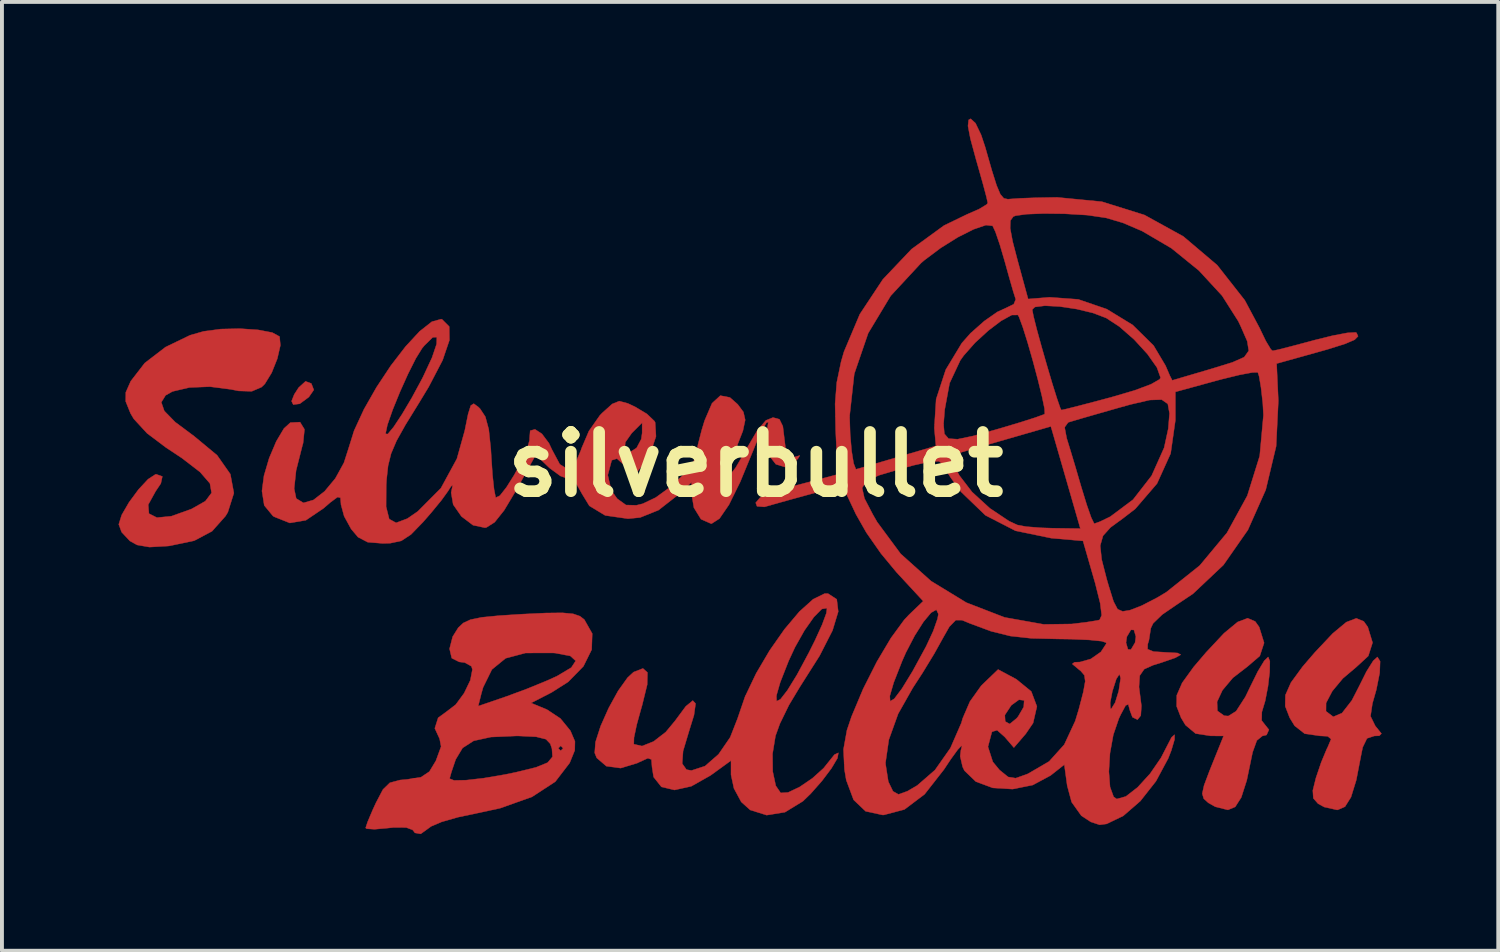
<source format=kicad_pcb>
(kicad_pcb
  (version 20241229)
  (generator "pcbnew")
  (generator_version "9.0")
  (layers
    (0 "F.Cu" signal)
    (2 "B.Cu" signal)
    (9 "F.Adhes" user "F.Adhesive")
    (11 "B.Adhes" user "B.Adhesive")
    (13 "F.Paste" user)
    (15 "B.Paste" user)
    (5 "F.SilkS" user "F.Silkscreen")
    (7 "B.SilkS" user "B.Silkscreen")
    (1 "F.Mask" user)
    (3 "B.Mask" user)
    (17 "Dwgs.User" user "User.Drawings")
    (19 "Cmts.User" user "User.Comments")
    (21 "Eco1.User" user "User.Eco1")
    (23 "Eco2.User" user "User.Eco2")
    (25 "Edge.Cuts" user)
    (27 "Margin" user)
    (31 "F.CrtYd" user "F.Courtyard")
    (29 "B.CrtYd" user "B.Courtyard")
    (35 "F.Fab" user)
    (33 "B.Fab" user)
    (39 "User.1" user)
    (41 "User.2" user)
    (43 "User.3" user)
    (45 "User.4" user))
  (footprint "silverbullet"
    (layer "F.Cu")
    (at 16.388 8.895)
    (property "Reference" "silverbullet" (at 0 0 0) (layer "F.SilkS") (effects (font (size 1.524 1.524) (thickness 0.3))))
    (attr through_hole)
    (fp_poly (pts (xy -11.43 -2.081) (xy -11.366 -1.916) (xy -11.494 -1.732) (xy -11.728 -1.559) (xy -11.895 -1.538) (xy -11.938 -1.627) (xy -11.87 -1.799) (xy -11.756 -1.976) (xy -11.579 -2.137) (xy -11.43 -2.081)) (stroke (width 0.01) (type solid)) (fill yes) (layer "F.Cu"))
    (fp_poly (pts (xy 12.848 4.04) (xy 12.95 4.183) (xy 13.077 4.591) (xy 12.966 4.928) (xy 12.65 5.199) (xy 12.272 5.491) (xy 12.005 5.809) (xy 11.867 6.107) (xy 11.876 6.34) (xy 12.048 6.464) (xy 12.156 6.473) (xy 12.357 6.348) (xy 12.596 5.978) (xy 12.725 5.711) (xy 12.916 5.324) (xy 13.081 5.051) (xy 13.182 4.953) (xy 13.225 5.063) (xy 13.22 5.342) (xy 13.177 5.708) (xy 13.105 6.082) (xy 13.019 6.369) (xy 13.014 6.587) (xy 13.072 6.662) (xy 13.201 6.825) (xy 13.14 6.96) (xy 13.032 6.985) (xy 12.89 7.101) (xy 12.781 7.404) (xy 12.769 7.461) (xy 12.631 8.126) (xy 12.49 8.565) (xy 12.334 8.809) (xy 12.15 8.886) (xy 12.14 8.886) (xy 11.821 8.806) (xy 11.643 8.706) (xy 11.524 8.598) (xy 11.486 8.468) (xy 11.534 8.252) (xy 11.673 7.883) (xy 11.723 7.758) (xy 12.035 6.985) (xy 11.701 6.983) (xy 11.314 6.923) (xy 11.055 6.706) (xy 10.941 6.517) (xy 10.827 6.223) (xy 10.83 5.939) (xy 10.97 5.618) (xy 11.265 5.21) (xy 11.585 4.835) (xy 12.046 4.343) (xy 12.395 4.054) (xy 12.654 3.956) (xy 12.848 4.04)) (stroke (width 0.01) (type solid)) (fill yes) (layer "F.Cu"))
    (fp_poly (pts (xy 15.64 4.037) (xy 15.744 4.183) (xy 15.867 4.585) (xy 15.757 4.928) (xy 15.443 5.217) (xy 15.102 5.505) (xy 14.83 5.833) (xy 14.671 6.137) (xy 14.669 6.35) (xy 14.669 6.35) (xy 14.856 6.492) (xy 15.082 6.395) (xy 15.334 6.071) (xy 15.519 5.711) (xy 15.712 5.324) (xy 15.884 5.051) (xy 15.992 4.953) (xy 16.061 5.064) (xy 16.05 5.363) (xy 15.962 5.801) (xy 15.863 6.149) (xy 15.814 6.477) (xy 15.936 6.727) (xy 15.957 6.752) (xy 16.095 6.924) (xy 16.041 6.98) (xy 15.911 6.985) (xy 15.723 7.048) (xy 15.613 7.276) (xy 15.575 7.461) (xy 15.447 8.122) (xy 15.312 8.559) (xy 15.158 8.804) (xy 14.971 8.886) (xy 14.948 8.886) (xy 14.623 8.813) (xy 14.464 8.726) (xy 14.343 8.588) (xy 14.33 8.387) (xy 14.41 8.064) (xy 14.546 7.663) (xy 14.689 7.32) (xy 14.714 7.271) (xy 14.8 7.066) (xy 14.712 6.993) (xy 14.514 6.983) (xy 14.121 6.927) (xy 13.862 6.724) (xy 13.735 6.517) (xy 13.62 6.22) (xy 13.625 5.934) (xy 13.768 5.611) (xy 14.068 5.201) (xy 14.383 4.835) (xy 14.844 4.346) (xy 15.191 4.058) (xy 15.448 3.959) (xy 15.64 4.037)) (stroke (width 0.01) (type solid)) (fill yes) (layer "F.Cu"))
    (fp_poly (pts (xy -12.8 -3.46) (xy -12.436 -3.391) (xy -12.248 -3.289) (xy -12.247 -3.288) (xy -12.226 -3.063) (xy -12.305 -2.72) (xy -12.45 -2.357) (xy -12.626 -2.07) (xy -12.71 -1.988) (xy -12.962 -1.88) (xy -13.299 -1.89) (xy -13.501 -1.93) (xy -14.037 -1.999) (xy -14.567 -1.978) (xy -15.001 -1.876) (xy -15.179 -1.776) (xy -15.289 -1.597) (xy -15.212 -1.375) (xy -14.933 -1.089) (xy -14.446 -0.726) (xy -13.854 -0.235) (xy -13.513 0.251) (xy -13.422 0.738) (xy -13.578 1.231) (xy -13.638 1.33) (xy -13.984 1.719) (xy -14.444 1.963) (xy -15.08 2.096) (xy -15.116 2.1) (xy -15.593 2.127) (xy -15.912 2.072) (xy -16.097 1.97) (xy -16.31 1.742) (xy -16.383 1.542) (xy -16.308 1.301) (xy -16.12 0.977) (xy -15.875 0.645) (xy -15.629 0.38) (xy -15.438 0.256) (xy -15.42 0.254) (xy -15.262 0.31) (xy -15.301 0.491) (xy -15.435 0.691) (xy -15.626 1.037) (xy -15.607 1.266) (xy -15.402 1.369) (xy -15.031 1.333) (xy -14.516 1.149) (xy -14.51 1.146) (xy -14.156 0.945) (xy -13.996 0.733) (xy -14.038 0.49) (xy -14.291 0.198) (xy -14.763 -0.165) (xy -15.168 -0.433) (xy -15.655 -0.8) (xy -15.997 -1.171) (xy -16.081 -1.313) (xy -16.205 -1.621) (xy -16.202 -1.854) (xy -16.075 -2.141) (xy -15.715 -2.607) (xy -15.18 -3.018) (xy -14.548 -3.323) (xy -14.201 -3.422) (xy -13.758 -3.481) (xy -13.266 -3.492) (xy -12.8 -3.46)) (stroke (width 0.01) (type solid)) (fill yes) (layer "F.Cu"))
    (fp_poly (pts (xy 2.085 3.47) (xy 2.123 3.786) (xy 1.976 4.271) (xy 1.644 4.922) (xy 1.136 5.723) (xy 0.856 6.189) (xy 0.622 6.669) (xy 0.509 6.982) (xy 0.433 7.444) (xy 0.438 7.899) (xy 0.516 8.265) (xy 0.642 8.45) (xy 0.833 8.438) (xy 1.13 8.297) (xy 1.46 8.072) (xy 1.747 7.813) (xy 1.865 7.665) (xy 2.026 7.465) (xy 2.127 7.418) (xy 2.103 7.557) (xy 1.948 7.818) (xy 1.704 8.142) (xy 1.417 8.467) (xy 1.215 8.663) (xy 0.753 8.946) (xy 0.282 9.022) (xy -0.142 8.889) (xy -0.372 8.682) (xy -0.56 8.333) (xy -0.635 7.983) (xy -0.635 7.618) (xy -1.162 8) (xy -1.656 8.279) (xy -2.089 8.375) (xy -2.425 8.295) (xy -2.626 8.042) (xy -2.667 7.782) (xy -2.682 7.59) (xy -2.773 7.557) (xy -3.011 7.665) (xy -3.047 7.683) (xy -3.473 7.812) (xy -3.842 7.762) (xy -4.09 7.549) (xy -4.141 7.421) (xy -4.121 7.142) (xy -3.989 6.732) (xy -3.783 6.269) (xy -3.54 5.827) (xy -3.296 5.485) (xy -3.141 5.342) (xy -2.9 5.248) (xy -2.784 5.353) (xy -2.791 5.664) (xy -2.92 6.19) (xy -2.941 6.262) (xy -3.061 6.696) (xy -3.131 7.029) (xy -3.135 7.193) (xy -3.132 7.197) (xy -2.924 7.245) (xy -2.629 7.128) (xy -2.314 6.885) (xy -2.079 6.602) (xy -1.798 6.223) (xy -1.618 6.075) (xy -1.546 6.153) (xy -1.588 6.452) (xy -1.714 6.858) (xy -1.868 7.373) (xy -1.891 7.696) (xy -1.781 7.851) (xy -1.653 7.874) (xy -1.304 7.76) (xy -0.955 7.455) (xy -0.656 7.02) (xy -0.468 6.54) (xy -0.275 5.976) (xy -0.262 5.949) (xy 0.532 5.949) (xy 0.538 6.091) (xy 0.636 6.042) (xy 0.815 5.812) (xy 1.062 5.411) (xy 1.365 4.847) (xy 1.53 4.516) (xy 1.708 4.124) (xy 1.817 3.829) (xy 1.834 3.697) (xy 1.701 3.719) (xy 1.497 3.925) (xy 1.255 4.269) (xy 1.01 4.704) (xy 0.846 5.057) (xy 0.63 5.608) (xy 0.532 5.949) (xy -0.262 5.949) (xy 0.011 5.376) (xy 0.36 4.784) (xy 0.741 4.24) (xy 1.123 3.787) (xy 1.477 3.468) (xy 1.771 3.324) (xy 1.86 3.323) (xy 2.085 3.47)) (stroke (width 0.01) (type solid)) (fill yes) (layer "F.Cu"))
    (fp_poly (pts (xy -4.695 3.844) (xy -4.521 3.904) (xy -4.408 3.992) (xy -4.205 4.351) (xy -4.219 4.765) (xy -4.431 5.193) (xy -4.823 5.594) (xy -5.251 5.866) (xy -5.779 6.137) (xy -5.37 6.306) (xy -5.023 6.536) (xy -4.766 6.851) (xy -4.649 7.125) (xy -4.654 7.355) (xy -4.782 7.671) (xy -4.787 7.681) (xy -5.155 8.161) (xy -5.753 8.551) (xy -6.573 8.843) (xy -7.147 8.967) (xy -7.654 9.074) (xy -8.081 9.196) (xy -8.35 9.311) (xy -8.383 9.336) (xy -8.616 9.504) (xy -8.765 9.478) (xy -8.825 9.401) (xy -8.989 9.34) (xy -9.316 9.339) (xy -9.467 9.355) (xy -9.804 9.385) (xy -10.007 9.371) (xy -10.033 9.35) (xy -9.983 9.197) (xy -9.856 8.897) (xy -9.768 8.705) (xy -9.588 8.362) (xy -9.41 8.189) (xy -9.149 8.119) (xy -8.974 8.103) (xy -8.847 8.083) (xy -7.874 8.083) (xy -7.759 8.128) (xy -7.448 8.122) (xy -6.994 8.07) (xy -6.448 7.977) (xy -6.163 7.918) (xy -5.65 7.792) (xy -5.351 7.67) (xy -5.227 7.521) (xy -5.241 7.313) (xy -5.244 7.303) (xy -5.08 7.303) (xy -5.016 7.366) (xy -4.953 7.303) (xy -5.016 7.239) (xy -5.08 7.303) (xy -5.244 7.303) (xy -5.284 7.186) (xy -5.395 7.069) (xy -5.648 7.006) (xy -6.095 6.985) (xy -6.165 6.985) (xy -6.811 7.013) (xy -7.254 7.11) (xy -7.54 7.294) (xy -7.715 7.585) (xy -7.731 7.63) (xy -7.828 7.917) (xy -7.873 8.077) (xy -7.874 8.083) (xy -8.847 8.083) (xy -8.612 8.047) (xy -8.394 7.902) (xy -8.226 7.624) (xy -8.092 7.257) (xy -8.13 7.059) (xy -8.254 6.789) (xy -8.168 6.517) (xy -7.941 6.351) (xy -7.767 6.218) (xy -7.138 6.218) (xy -6.395 5.963) (xy -5.88 5.772) (xy -5.365 5.561) (xy -5.106 5.443) (xy -4.743 5.226) (xy -4.63 5.053) (xy -4.767 4.928) (xy -5.152 4.854) (xy -5.214 4.849) (xy -5.92 4.851) (xy -6.432 4.987) (xy -6.785 5.275) (xy -7.012 5.736) (xy -7.056 5.89) (xy -7.138 6.218) (xy -7.767 6.218) (xy -7.716 6.179) (xy -7.499 5.883) (xy -7.34 5.552) (xy -7.287 5.276) (xy -7.311 5.194) (xy -7.482 5.098) (xy -7.627 5.08) (xy -7.818 4.984) (xy -7.875 4.743) (xy -7.795 4.431) (xy -7.652 4.202) (xy -7.523 4.08) (xy -7.339 3.994) (xy -7.049 3.934) (xy -6.602 3.89) (xy -6.028 3.853) (xy -5.398 3.823) (xy -4.971 3.818) (xy -4.695 3.844)) (stroke (width 0.01) (type solid)) (fill yes) (layer "F.Cu"))
    (fp_poly (pts (xy -8.067 -3.73) (xy -7.883 -3.545) (xy -7.878 -3.196) (xy -8.053 -2.681) (xy -8.41 -1.996) (xy -8.664 -1.576) (xy -9.009 -1.017) (xy -9.239 -0.606) (xy -9.379 -0.277) (xy -9.456 0.034) (xy -9.495 0.391) (xy -9.504 0.538) (xy -9.507 1.088) (xy -9.427 1.406) (xy -9.25 1.503) (xy -8.96 1.394) (xy -8.693 1.21) (xy -8.097 0.611) (xy -7.686 -0.145) (xy -7.484 -0.867) (xy -7.397 -1.296) (xy -7.329 -1.514) (xy -7.252 -1.562) (xy -7.138 -1.479) (xy -7.09 -1.432) (xy -6.954 -1.226) (xy -6.866 -0.899) (xy -6.813 -0.394) (xy -6.802 -0.205) (xy -6.77 0.271) (xy -6.73 0.641) (xy -6.691 0.839) (xy -6.683 0.853) (xy -6.58 0.804) (xy -6.411 0.589) (xy -6.213 0.274) (xy -6.023 -0.077) (xy -5.878 -0.399) (xy -5.817 -0.625) (xy -5.818 -0.655) (xy -5.801 -0.867) (xy -5.677 -0.902) (xy -5.499 -0.786) (xy -5.317 -0.543) (xy -5.241 -0.381) (xy -5.039 -0.003) (xy -4.837 0.123) (xy -4.649 -0.003) (xy -4.489 -0.38) (xy -4.487 -0.388) (xy -3.37 -0.388) (xy -3.227 -0.318) (xy -3.063 -0.425) (xy -2.944 -0.649) (xy -2.921 -0.806) (xy -2.921 -1.072) (xy -3.19 -0.803) (xy -3.354 -0.569) (xy -3.37 -0.388) (xy -4.487 -0.388) (xy -4.48 -0.413) (xy -4.291 -0.856) (xy -4.008 -1.261) (xy -3.946 -1.325) (xy -3.691 -1.554) (xy -3.509 -1.628) (xy -3.288 -1.568) (xy -3.108 -1.484) (xy -2.799 -1.299) (xy -2.604 -1.113) (xy -2.586 -1.079) (xy -2.565 -0.72) (xy -2.708 -0.292) (xy -2.901 0.007) (xy -3.138 0.3) (xy -3.373 0.026) (xy -3.569 -0.149) (xy -3.695 -0.11) (xy -3.707 -0.093) (xy -3.805 0.275) (xy -3.713 0.67) (xy -3.563 0.882) (xy -3.336 1.045) (xy -3.07 1.052) (xy -2.903 1.011) (xy -2.571 0.852) (xy -2.201 0.584) (xy -1.861 0.267) (xy -1.613 -0.039) (xy -1.524 -0.265) (xy -1.486 -0.503) (xy -1.39 -0.879) (xy -1.314 -1.128) (xy -1.123 -1.573) (xy -0.91 -1.769) (xy -0.664 -1.722) (xy -0.464 -1.546) (xy -0.316 -1.347) (xy -0.27 -1.143) (xy -0.33 -0.861) (xy -0.499 -0.43) (xy -0.525 -0.369) (xy -0.692 0.063) (xy -0.737 0.281) (xy -0.673 0.286) (xy -0.514 0.081) (xy -0.271 -0.334) (xy -0.234 -0.403) (xy 0.041 -0.874) (xy 0.262 -1.132) (xy 0.445 -1.206) (xy 0.61 -1.161) (xy 0.698 -0.982) (xy 0.738 -0.656) (xy 0.779 -0.315) (xy 0.856 -0.177) (xy 0.992 -0.187) (xy 1.135 -0.229) (xy 1.087 -0.149) (xy 1.007 -0.066) (xy 0.753 0.068) (xy 0.518 -0.004) (xy 0.34 -0.235) (xy 0.26 -0.577) (xy 0.296 -0.909) (xy 0.325 -1.089) (xy 0.273 -1.069) (xy 0.163 -0.882) (xy 0.016 -0.559) (xy -0.056 -0.381) (xy -0.398 0.449) (xy -0.688 1.038) (xy -0.932 1.394) (xy -1.133 1.523) (xy -1.148 1.524) (xy -1.407 1.41) (xy -1.59 1.113) (xy -1.651 0.747) (xy -1.651 0.46) (xy -2 0.786) (xy -2.501 1.177) (xy -2.972 1.366) (xy -3.285 1.397) (xy -3.871 1.313) (xy -4.279 1.066) (xy -4.464 0.763) (xy -4.614 0.497) (xy -4.793 0.381) (xy -4.8 0.381) (xy -5.023 0.298) (xy -5.299 0.096) (xy -5.33 0.067) (xy -5.657 -0.246) (xy -6.165 0.671) (xy -6.471 1.182) (xy -6.715 1.488) (xy -6.923 1.62) (xy -6.964 1.629) (xy -7.271 1.564) (xy -7.569 1.338) (xy -7.781 1.033) (xy -7.834 0.727) (xy -7.831 0.713) (xy -7.793 0.527) (xy -7.842 0.572) (xy -7.916 0.69) (xy -8.082 0.92) (xy -8.352 1.249) (xy -8.557 1.484) (xy -8.867 1.803) (xy -9.117 1.967) (xy -9.401 2.027) (xy -9.596 2.032) (xy -9.98 2.001) (xy -10.228 1.872) (xy -10.405 1.663) (xy -10.586 1.333) (xy -10.668 1.031) (xy -10.668 1.015) (xy -10.681 0.858) (xy -10.754 0.84) (xy -10.934 0.972) (xy -11.117 1.13) (xy -11.571 1.437) (xy -11.984 1.507) (xy -12.39 1.345) (xy -12.418 1.326) (xy -12.641 1.055) (xy -12.7 0.683) (xy -12.648 0.291) (xy -12.515 -0.16) (xy -12.332 -0.592) (xy -12.134 -0.925) (xy -11.969 -1.075) (xy -11.72 -1.087) (xy -11.606 -0.902) (xy -11.642 -0.547) (xy -11.659 -0.488) (xy -11.822 0.155) (xy -11.872 0.624) (xy -11.819 0.877) (xy -11.633 0.99) (xy -11.375 0.915) (xy -11.088 0.692) (xy -10.813 0.361) (xy -10.592 -0.04) (xy -10.482 -0.382) (xy -10.355 -0.787) (xy -9.522 -0.787) (xy -9.522 -0.786) (xy -9.464 -0.781) (xy -9.314 -0.961) (xy -9.099 -1.286) (xy -8.844 -1.716) (xy -8.576 -2.212) (xy -8.555 -2.254) (xy -8.325 -2.748) (xy -8.208 -3.095) (xy -8.202 -3.274) (xy -8.308 -3.268) (xy -8.524 -3.056) (xy -8.58 -2.988) (xy -8.74 -2.73) (xy -8.941 -2.331) (xy -9.151 -1.864) (xy -9.339 -1.402) (xy -9.473 -1.018) (xy -9.522 -0.787) (xy -10.355 -0.787) (xy -10.33 -0.868) (xy -10.076 -1.418) (xy -9.751 -1.988) (xy -9.385 -2.54) (xy -9.006 -3.032) (xy -8.644 -3.423) (xy -8.329 -3.671) (xy -8.09 -3.737) (xy -8.067 -3.73)) (stroke (width 0.01) (type solid)) (fill yes) (layer "F.Cu"))
    (fp_poly (pts (xy 5.654 -8.776) (xy 5.798 -8.476) (xy 5.903 -8.16) (xy 6.073 -7.566) (xy 6.196 -7.176) (xy 6.292 -6.949) (xy 6.382 -6.844) (xy 6.485 -6.821) (xy 6.554 -6.827) (xy 6.795 -6.844) (xy 7.205 -6.859) (xy 7.701 -6.868) (xy 7.753 -6.869) (xy 8.906 -6.757) (xy 10 -6.415) (xy 10.999 -5.864) (xy 11.87 -5.126) (xy 12.58 -4.222) (xy 12.958 -3.513) (xy 13.12 -3.176) (xy 13.249 -2.962) (xy 13.294 -2.921) (xy 13.443 -2.952) (xy 13.773 -3.036) (xy 14.222 -3.155) (xy 14.368 -3.195) (xy 14.841 -3.312) (xy 15.216 -3.383) (xy 15.429 -3.395) (xy 15.453 -3.386) (xy 15.494 -3.296) (xy 15.406 -3.206) (xy 15.155 -3.099) (xy 14.708 -2.959) (xy 14.389 -2.869) (xy 13.399 -2.593) (xy 13.443 -1.634) (xy 13.386 -0.465) (xy 13.119 0.654) (xy 12.661 1.684) (xy 12.031 2.588) (xy 11.248 3.327) (xy 10.812 3.619) (xy 10.456 3.863) (xy 10.222 4.089) (xy 10.163 4.212) (xy 10.114 4.526) (xy 10.083 4.625) (xy 10.08 4.753) (xy 10.233 4.815) (xy 10.559 4.835) (xy 10.852 4.851) (xy 10.933 4.895) (xy 10.792 4.975) (xy 10.419 5.104) (xy 10.223 5.164) (xy 9.994 5.266) (xy 9.878 5.433) (xy 9.859 5.725) (xy 9.92 6.202) (xy 9.921 6.209) (xy 9.905 6.46) (xy 9.821 6.566) (xy 9.69 6.502) (xy 9.624 6.326) (xy 9.583 6.172) (xy 9.515 6.201) (xy 9.39 6.433) (xy 9.34 6.54) (xy 9.198 6.956) (xy 9.112 7.432) (xy 9.084 7.9) (xy 9.114 8.296) (xy 9.206 8.55) (xy 9.287 8.607) (xy 9.521 8.541) (xy 9.824 8.306) (xy 10.143 7.957) (xy 10.424 7.549) (xy 10.548 7.308) (xy 10.696 7.021) (xy 10.774 6.952) (xy 10.774 7.074) (xy 10.69 7.358) (xy 10.611 7.561) (xy 10.295 8.15) (xy 9.894 8.659) (xy 9.455 9.04) (xy 9.026 9.247) (xy 8.847 9.271) (xy 8.62 9.196) (xy 8.376 9.037) (xy 8.126 8.686) (xy 8.012 8.263) (xy 7.938 7.723) (xy 7.584 8.002) (xy 7.126 8.248) (xy 6.608 8.352) (xy 6.098 8.321) (xy 5.663 8.16) (xy 5.369 7.877) (xy 5.322 7.78) (xy 5.259 7.506) (xy 5.277 7.355) (xy 5.305 7.244) (xy 5.291 7.239) (xy 5.197 7.337) (xy 5.014 7.589) (xy 4.843 7.847) (xy 4.344 8.485) (xy 3.826 8.876) (xy 3.293 9.017) (xy 3.263 9.017) (xy 2.826 8.922) (xy 2.518 8.628) (xy 2.329 8.121) (xy 2.283 7.848) (xy 2.275 7.687) (xy 3.337 7.687) (xy 3.411 8.16) (xy 3.531 8.408) (xy 3.671 8.488) (xy 3.9 8.407) (xy 4.154 8.259) (xy 4.611 7.862) (xy 5.008 7.297) (xy 5.29 6.65) (xy 5.323 6.534) (xy 5.36 6.448) (xy 6.408 6.448) (xy 6.418 6.612) (xy 6.534 6.677) (xy 6.709 6.534) (xy 6.751 6.484) (xy 6.894 6.239) (xy 6.905 6.07) (xy 6.771 6.053) (xy 6.573 6.197) (xy 6.408 6.448) (xy 5.36 6.448) (xy 5.51 6.1) (xy 5.796 5.699) (xy 5.846 5.648) (xy 6.235 5.275) (xy 6.705 5.527) (xy 7.088 5.84) (xy 7.233 6.226) (xy 7.135 6.653) (xy 6.947 6.929) (xy 6.641 7.285) (xy 6.406 7.011) (xy 6.21 6.837) (xy 6.084 6.875) (xy 6.072 6.892) (xy 5.974 7.263) (xy 6.099 7.651) (xy 6.271 7.86) (xy 6.493 8.04) (xy 6.686 8.071) (xy 6.973 7.97) (xy 7.002 7.958) (xy 7.546 7.641) (xy 7.937 7.207) (xy 8.219 6.6) (xy 8.311 6.297) (xy 8.354 6.134) (xy 9.117 6.134) (xy 9.125 6.282) (xy 9.148 6.284) (xy 9.246 6.126) (xy 9.336 5.834) (xy 9.337 5.831) (xy 9.387 5.498) (xy 9.357 5.394) (xy 9.275 5.52) (xy 9.174 5.836) (xy 9.117 6.134) (xy 8.354 6.134) (xy 8.428 5.848) (xy 8.476 5.579) (xy 8.454 5.423) (xy 8.362 5.315) (xy 8.303 5.268) (xy 8.142 5.133) (xy 8.2 5.089) (xy 8.341 5.084) (xy 8.62 5.004) (xy 8.879 4.823) (xy 9.014 4.617) (xy 9.017 4.587) (xy 9.525 4.587) (xy 9.575 4.758) (xy 9.652 4.763) (xy 9.758 4.584) (xy 9.779 4.43) (xy 9.729 4.259) (xy 9.652 4.255) (xy 9.546 4.433) (xy 9.525 4.587) (xy 9.017 4.587) (xy 9.017 4.587) (xy 8.899 4.547) (xy 8.582 4.515) (xy 8.119 4.495) (xy 7.779 4.49) (xy 7.09 4.474) (xy 6.55 4.415) (xy 6.054 4.292) (xy 5.499 4.086) (xy 5.31 4.007) (xy 5.147 4.005) (xy 4.981 4.175) (xy 4.816 4.466) (xy 4.591 4.871) (xy 4.291 5.363) (xy 4.039 5.751) (xy 3.663 6.417) (xy 3.424 7.082) (xy 3.337 7.687) (xy 2.275 7.687) (xy 2.258 7.33) (xy 2.347 6.836) (xy 2.465 6.486) (xy 2.687 5.957) (xy 3.449 5.957) (xy 3.458 6.093) (xy 3.565 6.028) (xy 3.761 5.768) (xy 4.036 5.319) (xy 4.38 4.687) (xy 4.388 4.671) (xy 4.566 4.288) (xy 4.678 3.968) (xy 4.699 3.849) (xy 4.647 3.737) (xy 4.509 3.816) (xy 4.314 4.051) (xy 4.09 4.404) (xy 3.863 4.84) (xy 3.767 5.057) (xy 3.549 5.613) (xy 3.449 5.957) (xy 2.687 5.957) (xy 2.764 5.774) (xy 3.115 5.078) (xy 3.48 4.464) (xy 3.82 3.999) (xy 3.943 3.868) (xy 4.309 3.517) (xy 3.618 2.77) (xy 3.222 2.292) (xy 2.848 1.757) (xy 2.578 1.282) (xy 2.26 0.605) (xy 2.737 0.605) (xy 2.797 0.874) (xy 3.011 1.285) (xy 3.123 1.481) (xy 3.729 2.301) (xy 4.51 3.001) (xy 5.418 3.555) (xy 6.401 3.935) (xy 7.409 4.115) (xy 8.128 4.105) (xy 8.507 4.059) (xy 8.786 4.014) (xy 8.845 4) (xy 8.899 3.881) (xy 8.861 3.572) (xy 8.731 3.051) (xy 8.705 2.962) (xy 8.454 2.091) (xy 8.861 2.091) (xy 8.899 2.446) (xy 9.032 2.964) (xy 9.081 3.131) (xy 9.204 3.525) (xy 9.308 3.724) (xy 9.438 3.781) (xy 9.627 3.75) (xy 9.931 3.632) (xy 10.329 3.426) (xy 10.563 3.286) (xy 11.422 2.6) (xy 12.123 1.758) (xy 12.645 0.805) (xy 12.964 -0.218) (xy 13.06 -1.266) (xy 13.044 -1.564) (xy 12.998 -1.972) (xy 12.948 -2.267) (xy 12.915 -2.368) (xy 12.773 -2.364) (xy 12.447 -2.303) (xy 12 -2.194) (xy 11.824 -2.147) (xy 10.795 -1.865) (xy 10.795 -1.138) (xy 10.673 -0.28) (xy 10.323 0.493) (xy 9.764 1.143) (xy 9.457 1.38) (xy 9.127 1.621) (xy 8.933 1.837) (xy 8.861 2.091) (xy 8.454 2.091) (xy 8.419 1.968) (xy 7.601 1.897) (xy 6.681 1.707) (xy 5.909 1.31) (xy 5.283 0.707) (xy 5.258 0.674) (xy 5.017 0.341) (xy 4.845 0.075) (xy 4.799 -0.017) (xy 4.708 -0.081) (xy 4.475 -0.069) (xy 4.064 0.022) (xy 3.704 0.121) (xy 3.168 0.281) (xy 2.853 0.425) (xy 2.737 0.605) (xy 2.26 0.605) (xy 2.229 0.54) (xy 1.337 0.783) (xy 0.864 0.913) (xy 0.467 1.024) (xy 0.228 1.092) (xy 0.222 1.093) (xy 0.034 1.078) (xy 0 0.987) (xy 0.114 0.853) (xy 0.413 0.714) (xy 0.603 0.656) (xy 1.076 0.531) (xy 1.533 0.41) (xy 1.658 0.377) (xy 2.11 0.257) (xy 2.056 -0.878) (xy 2.049 -1.242) (xy 2.415 -1.242) (xy 2.43 -0.774) (xy 2.467 -0.346) (xy 2.519 -0.025) (xy 2.576 0.121) (xy 2.587 0.124) (xy 2.707 0.09) (xy 3.014 0.00034) (xy 3.448 -0.127) (xy 3.619 -0.177) (xy 3.755 -0.217) (xy 4.958 -0.217) (xy 5.241 0.288) (xy 5.565 0.71) (xy 6.024 1.13) (xy 6.518 1.46) (xy 6.731 1.559) (xy 6.959 1.601) (xy 7.341 1.631) (xy 7.636 1.641) (xy 8.351 1.651) (xy 7.972 0.337) (xy 7.599 -0.954) (xy 7.946 -0.954) (xy 7.999 -0.673) (xy 8.091 -0.374) (xy 8.226 0.074) (xy 8.373 0.578) (xy 8.381 0.603) (xy 8.516 1.043) (xy 8.63 1.368) (xy 8.704 1.52) (xy 8.711 1.524) (xy 8.858 1.471) (xy 9.119 1.345) (xy 9.705 0.907) (xy 10.183 0.292) (xy 10.506 -0.43) (xy 10.612 -0.919) (xy 10.644 -1.312) (xy 10.6 -1.556) (xy 10.443 -1.666) (xy 10.136 -1.656) (xy 9.643 -1.542) (xy 9.327 -1.454) (xy 8.812 -1.307) (xy 8.381 -1.183) (xy 8.101 -1.1) (xy 8.037 -1.08) (xy 7.946 -0.954) (xy 7.599 -0.954) (xy 7.593 -0.977) (xy 6.275 -0.597) (xy 4.958 -0.217) (xy 3.755 -0.217) (xy 4.636 -0.475) (xy 4.594 -0.934) (xy 4.6 -1.03) (xy 4.832 -1.03) (xy 4.853 -0.787) (xy 4.96 -0.663) (xy 5.192 -0.648) (xy 5.584 -0.729) (xy 6.175 -0.894) (xy 6.334 -0.94) (xy 6.814 -1.084) (xy 7.192 -1.205) (xy 7.408 -1.283) (xy 7.436 -1.298) (xy 7.429 -1.436) (xy 7.363 -1.752) (xy 7.257 -2.184) (xy 7.128 -2.668) (xy 6.993 -3.139) (xy 6.869 -3.533) (xy 6.775 -3.788) (xy 6.743 -3.844) (xy 6.586 -3.842) (xy 6.314 -3.693) (xy 5.982 -3.441) (xy 5.642 -3.129) (xy 5.351 -2.8) (xy 5.262 -2.676) (xy 4.987 -2.089) (xy 4.861 -1.405) (xy 4.832 -1.03) (xy 4.6 -1.03) (xy 4.641 -1.678) (xy 4.888 -2.435) (xy 5.301 -3.119) (xy 5.523 -3.371) (xy 5.877 -3.685) (xy 6.216 -3.922) (xy 6.349 -3.982) (xy 7.112 -3.982) (xy 7.145 -3.81) (xy 7.23 -3.472) (xy 7.352 -3.029) (xy 7.491 -2.544) (xy 7.629 -2.078) (xy 7.75 -1.693) (xy 7.834 -1.45) (xy 7.862 -1.397) (xy 8 -1.428) (xy 8.328 -1.511) (xy 8.793 -1.633) (xy 9.165 -1.733) (xy 9.75 -1.905) (xy 10.17 -2.062) (xy 10.389 -2.188) (xy 10.414 -2.231) (xy 10.32 -2.493) (xy 10.075 -2.84) (xy 9.735 -3.211) (xy 9.356 -3.543) (xy 9.017 -3.765) (xy 8.676 -3.895) (xy 8.254 -3.996) (xy 7.819 -4.061) (xy 7.439 -4.081) (xy 7.182 -4.049) (xy 7.112 -3.982) (xy 6.349 -3.982) (xy 6.413 -4.012) (xy 6.637 -4.12) (xy 6.689 -4.245) (xy 6.627 -4.439) (xy 6.524 -4.797) (xy 6.408 -5.214) (xy 6.281 -5.646) (xy 6.167 -5.98) (xy 6.123 -6.075) (xy 6.545 -6.075) (xy 6.609 -5.733) (xy 6.733 -5.257) (xy 7.007 -4.254) (xy 7.561 -4.299) (xy 8.297 -4.245) (xy 9.03 -3.994) (xy 9.697 -3.586) (xy 10.234 -3.057) (xy 10.541 -2.541) (xy 10.653 -2.281) (xy 10.714 -2.163) (xy 10.715 -2.162) (xy 10.835 -2.197) (xy 11.141 -2.287) (xy 11.576 -2.415) (xy 11.748 -2.466) (xy 12.263 -2.625) (xy 12.565 -2.759) (xy 12.682 -2.923) (xy 12.643 -3.169) (xy 12.477 -3.549) (xy 12.413 -3.683) (xy 11.997 -4.338) (xy 11.401 -4.985) (xy 10.693 -5.56) (xy 9.941 -6.001) (xy 9.941 -6.001) (xy 9.449 -6.212) (xy 9.013 -6.341) (xy 8.527 -6.412) (xy 7.938 -6.447) (xy 7.409 -6.453) (xy 6.968 -6.436) (xy 6.684 -6.397) (xy 6.626 -6.374) (xy 6.552 -6.272) (xy 6.545 -6.075) (xy 6.123 -6.075) (xy 6.094 -6.136) (xy 5.922 -6.155) (xy 5.605 -6.047) (xy 5.198 -5.842) (xy 4.758 -5.567) (xy 4.339 -5.253) (xy 4.255 -5.181) (xy 3.472 -4.336) (xy 2.893 -3.374) (xy 2.535 -2.329) (xy 2.415 -1.242) (xy 2.049 -1.242) (xy 2.042 -1.56) (xy 2.085 -2.108) (xy 2.195 -2.636) (xy 2.27 -2.897) (xy 2.678 -3.864) (xy 3.272 -4.761) (xy 4.009 -5.537) (xy 4.843 -6.144) (xy 5.429 -6.428) (xy 5.751 -6.57) (xy 5.944 -6.688) (xy 5.969 -6.723) (xy 5.936 -6.876) (xy 5.847 -7.21) (xy 5.719 -7.664) (xy 5.666 -7.849) (xy 5.522 -8.379) (xy 5.46 -8.705) (xy 5.477 -8.862) (xy 5.53 -8.89) (xy 5.654 -8.776)) (stroke (width 0.01) (type solid)) (fill yes) (layer "F.Cu")))
  (gr_rect
    (start -3 -3)
    (end 35.488 21.404)
    (stroke (width 0.1) (type default))
    (fill no)
    (layer "Edge.Cuts")))
</source>
